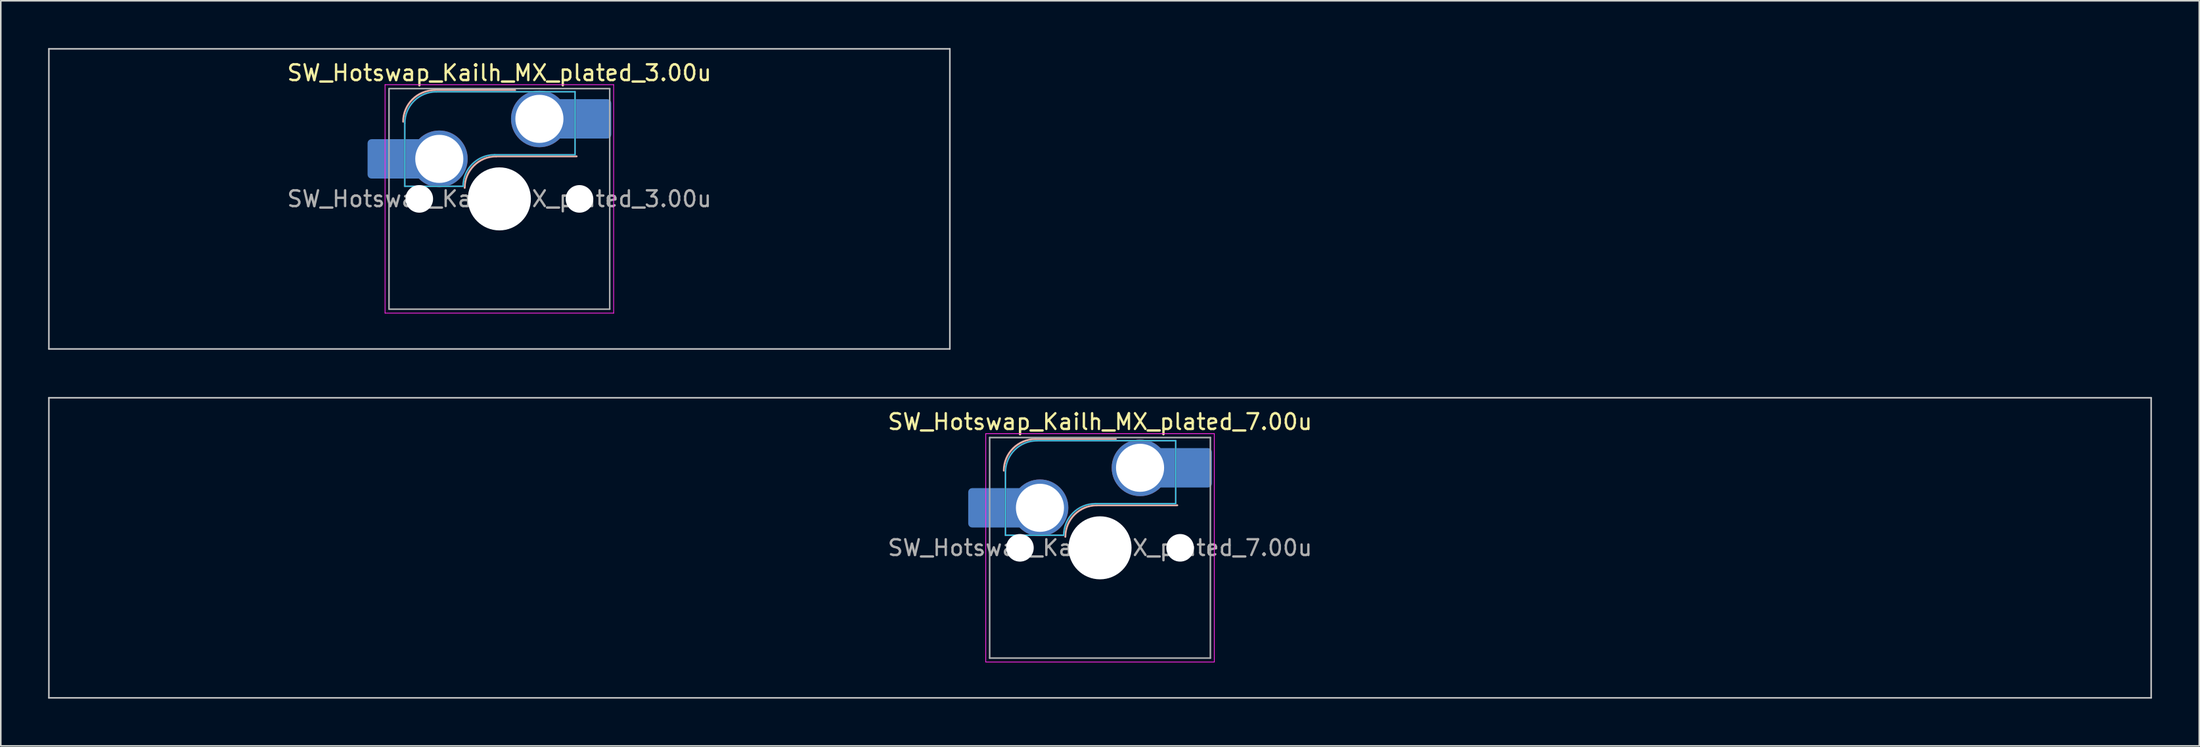
<source format=kicad_pcb>
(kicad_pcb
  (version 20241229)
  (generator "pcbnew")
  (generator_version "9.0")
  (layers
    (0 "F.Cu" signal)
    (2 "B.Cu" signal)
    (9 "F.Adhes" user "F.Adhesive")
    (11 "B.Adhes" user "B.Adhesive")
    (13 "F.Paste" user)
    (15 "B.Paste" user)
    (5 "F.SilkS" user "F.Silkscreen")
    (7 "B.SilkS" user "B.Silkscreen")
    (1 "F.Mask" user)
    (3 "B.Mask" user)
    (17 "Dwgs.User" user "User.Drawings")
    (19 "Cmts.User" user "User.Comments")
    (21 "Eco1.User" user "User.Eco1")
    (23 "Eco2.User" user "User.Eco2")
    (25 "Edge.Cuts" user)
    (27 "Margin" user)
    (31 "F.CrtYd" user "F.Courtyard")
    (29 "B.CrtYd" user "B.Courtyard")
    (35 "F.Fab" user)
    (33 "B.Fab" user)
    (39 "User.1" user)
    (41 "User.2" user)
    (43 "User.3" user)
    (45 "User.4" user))
  (footprint "SW_Hotswap_Kailh_MX_plated_3.00u"
    (layer "F.Cu")
    (at 28.625 9.575)
    (property "Reference" "SW_Hotswap_Kailh_MX_plated_3.00u" (at 0 -8 0) (layer "F.SilkS") (effects (font (size 1 1) (thickness 0.15))))
    (attr smd)
    (fp_line (start -4.1 -6.9) (end 1 -6.9) (stroke (width 0.12) (type solid)) (layer "B.SilkS"))
    (fp_line (start -0.2 -2.7) (end 4.9 -2.7) (stroke (width 0.12) (type solid)) (layer "B.SilkS"))
    (fp_arc (start -6.1 -4.9) (mid -5.514214 -6.314214) (end -4.1 -6.9) (stroke (width 0.12) (type solid)) (layer "B.SilkS"))
    (fp_arc (start -2.2 -0.7) (mid -1.614214 -2.114214) (end -0.2 -2.7) (stroke (width 0.12) (type solid)) (layer "B.SilkS"))
    (fp_line (start -28.575 -9.525) (end -28.575 9.525) (stroke (width 0.1) (type solid)) (layer "Dwgs.User"))
    (fp_line (start -28.575 9.525) (end 28.575 9.525) (stroke (width 0.1) (type solid)) (layer "Dwgs.User"))
    (fp_line (start 28.575 -9.525) (end -28.575 -9.525) (stroke (width 0.1) (type solid)) (layer "Dwgs.User"))
    (fp_line (start 28.575 9.525) (end 28.575 -9.525) (stroke (width 0.1) (type solid)) (layer "Dwgs.User"))
    (fp_line (start -7.8 -6) (end -7 -6) (stroke (width 0.1) (type solid)) (layer "Eco1.User"))
    (fp_line (start -7.8 -2.9) (end -7.8 -6) (stroke (width 0.1) (type solid)) (layer "Eco1.User"))
    (fp_line (start -7.8 2.9) (end -7 2.9) (stroke (width 0.1) (type solid)) (layer "Eco1.User"))
    (fp_line (start -7.8 6) (end -7.8 2.9) (stroke (width 0.1) (type solid)) (layer "Eco1.User"))
    (fp_line (start -7 -7) (end 7 -7) (stroke (width 0.1) (type solid)) (layer "Eco1.User"))
    (fp_line (start -7 -6) (end -7 -7) (stroke (width 0.1) (type solid)) (layer "Eco1.User"))
    (fp_line (start -7 -2.9) (end -7.8 -2.9) (stroke (width 0.1) (type solid)) (layer "Eco1.User"))
    (fp_line (start -7 2.9) (end -7 -2.9) (stroke (width 0.1) (type solid)) (layer "Eco1.User"))
    (fp_line (start -7 6) (end -7.8 6) (stroke (width 0.1) (type solid)) (layer "Eco1.User"))
    (fp_line (start -7 7) (end -7 6) (stroke (width 0.1) (type solid)) (layer "Eco1.User"))
    (fp_line (start 7 -7) (end 7 -6) (stroke (width 0.1) (type solid)) (layer "Eco1.User"))
    (fp_line (start 7 -6) (end 7.8 -6) (stroke (width 0.1) (type solid)) (layer "Eco1.User"))
    (fp_line (start 7 -2.9) (end 7 2.9) (stroke (width 0.1) (type solid)) (layer "Eco1.User"))
    (fp_line (start 7 2.9) (end 7.8 2.9) (stroke (width 0.1) (type solid)) (layer "Eco1.User"))
    (fp_line (start 7 6) (end 7 7) (stroke (width 0.1) (type solid)) (layer "Eco1.User"))
    (fp_line (start 7 7) (end -7 7) (stroke (width 0.1) (type solid)) (layer "Eco1.User"))
    (fp_line (start 7.8 -6) (end 7.8 -2.9) (stroke (width 0.1) (type solid)) (layer "Eco1.User"))
    (fp_line (start 7.8 -2.9) (end 7 -2.9) (stroke (width 0.1) (type solid)) (layer "Eco1.User"))
    (fp_line (start 7.8 2.9) (end 7.8 6) (stroke (width 0.1) (type solid)) (layer "Eco1.User"))
    (fp_line (start 7.8 6) (end 7 6) (stroke (width 0.1) (type solid)) (layer "Eco1.User"))
    (fp_line (start -6 -0.8) (end -6 -4.8) (stroke (width 0.05) (type solid)) (layer "B.CrtYd"))
    (fp_line (start -6 -0.8) (end -2.3 -0.8) (stroke (width 0.05) (type solid)) (layer "B.CrtYd"))
    (fp_line (start -4 -6.8) (end 4.8 -6.8) (stroke (width 0.05) (type solid)) (layer "B.CrtYd"))
    (fp_line (start -0.3 -2.8) (end 4.8 -2.8) (stroke (width 0.05) (type solid)) (layer "B.CrtYd"))
    (fp_line (start 4.8 -6.8) (end 4.8 -2.8) (stroke (width 0.05) (type solid)) (layer "B.CrtYd"))
    (fp_arc (start -6 -4.8) (mid -5.414214 -6.214214) (end -4 -6.8) (stroke (width 0.05) (type solid)) (layer "B.CrtYd"))
    (fp_arc (start -2.3 -0.8) (mid -1.714214 -2.214214) (end -0.3 -2.8) (stroke (width 0.05) (type solid)) (layer "B.CrtYd"))
    (fp_line (start -7.25 -7.25) (end -7.25 7.25) (stroke (width 0.05) (type solid)) (layer "F.CrtYd"))
    (fp_line (start -7.25 7.25) (end 7.25 7.25) (stroke (width 0.05) (type solid)) (layer "F.CrtYd"))
    (fp_line (start 7.25 -7.25) (end -7.25 -7.25) (stroke (width 0.05) (type solid)) (layer "F.CrtYd"))
    (fp_line (start 7.25 7.25) (end 7.25 -7.25) (stroke (width 0.05) (type solid)) (layer "F.CrtYd"))
    (fp_line (start -6 -0.8) (end -6 -4.8) (stroke (width 0.12) (type solid)) (layer "B.Fab"))
    (fp_line (start -6 -0.8) (end -2.3 -0.8) (stroke (width 0.12) (type solid)) (layer "B.Fab"))
    (fp_line (start -4 -6.8) (end 4.8 -6.8) (stroke (width 0.12) (type solid)) (layer "B.Fab"))
    (fp_line (start -0.3 -2.8) (end 4.8 -2.8) (stroke (width 0.12) (type solid)) (layer "B.Fab"))
    (fp_line (start 4.8 -6.8) (end 4.8 -2.8) (stroke (width 0.12) (type solid)) (layer "B.Fab"))
    (fp_arc (start -6 -4.8) (mid -5.414214 -6.214214) (end -4 -6.8) (stroke (width 0.12) (type solid)) (layer "B.Fab"))
    (fp_arc (start -2.3 -0.8) (mid -1.714214 -2.214214) (end -0.3 -2.8) (stroke (width 0.12) (type solid)) (layer "B.Fab"))
    (fp_line (start -7 -7) (end -7 7) (stroke (width 0.1) (type solid)) (layer "F.Fab"))
    (fp_line (start -7 7) (end 7 7) (stroke (width 0.1) (type solid)) (layer "F.Fab"))
    (fp_line (start 7 -7) (end -7 -7) (stroke (width 0.1) (type solid)) (layer "F.Fab"))
    (fp_line (start 7 7) (end 7 -7) (stroke (width 0.1) (type solid)) (layer "F.Fab"))
    (fp_text user "${REFERENCE}" (at 0 0 0) (layer "F.Fab") (effects (font (size 1 1) (thickness 0.15))))
    (pad "" smd roundrect (at -7.085 -2.54) (size 2.55 2.5) (layers "B.Mask" "B.Paste") (roundrect_rratio 0.1))
    (pad "" np_thru_hole circle (at -5.08 0) (size 1.75 1.75) (drill 1.75) (layers "*.Cu" "*.Mask"))
    (pad "" smd circle (at -3.81 -2.54) (size 3.1 3.1) (layers "F.Mask"))
    (pad "" np_thru_hole circle (at 0 0) (size 4 4) (drill 4) (layers "*.Cu" "*.Mask"))
    (pad "" smd circle (at 2.54 -5.08) (size 3.1 3.1) (layers "F.Mask"))
    (pad "" np_thru_hole circle (at 5.08 0) (size 1.75 1.75) (drill 1.75) (layers "*.Cu" "*.Mask"))
    (pad "" smd roundrect (at 5.842 -5.08) (size 2.55 2.5) (layers "B.Mask" "B.Paste") (roundrect_rratio 0.1))
    (pad "1" smd roundrect (at -6.585 -2.54) (size 3.55 2.5) (layers "B.Cu") (roundrect_rratio 0.1))
    (pad "1" thru_hole circle (at -3.81 -2.54) (size 3.6 3.6) (drill 3.05) (layers "*.Cu" "B.Mask"))
    (pad "2" thru_hole circle (at 2.54 -5.08) (size 3.6 3.6) (drill 3.05) (layers "*.Cu" "B.Mask"))
    (pad "2" smd roundrect (at 5.32 -5.08) (size 3.55 2.5) (layers "B.Cu") (roundrect_rratio 0.1)))
  (footprint "SW_Hotswap_Kailh_MX_plated_7.00u"
    (layer "F.Cu")
    (at 66.725 31.725)
    (property "Reference" "SW_Hotswap_Kailh_MX_plated_7.00u" (at 0 -8 0) (layer "F.SilkS") (effects (font (size 1 1) (thickness 0.15))))
    (attr smd)
    (fp_line (start -4.1 -6.9) (end 1 -6.9) (stroke (width 0.12) (type solid)) (layer "B.SilkS"))
    (fp_line (start -0.2 -2.7) (end 4.9 -2.7) (stroke (width 0.12) (type solid)) (layer "B.SilkS"))
    (fp_arc (start -6.1 -4.9) (mid -5.514214 -6.314214) (end -4.1 -6.9) (stroke (width 0.12) (type solid)) (layer "B.SilkS"))
    (fp_arc (start -2.2 -0.7) (mid -1.614214 -2.114214) (end -0.2 -2.7) (stroke (width 0.12) (type solid)) (layer "B.SilkS"))
    (fp_line (start -66.675 -9.525) (end -66.675 9.525) (stroke (width 0.1) (type solid)) (layer "Dwgs.User"))
    (fp_line (start -66.675 9.525) (end 66.675 9.525) (stroke (width 0.1) (type solid)) (layer "Dwgs.User"))
    (fp_line (start 66.675 -9.525) (end -66.675 -9.525) (stroke (width 0.1) (type solid)) (layer "Dwgs.User"))
    (fp_line (start 66.675 9.525) (end 66.675 -9.525) (stroke (width 0.1) (type solid)) (layer "Dwgs.User"))
    (fp_line (start -7.8 -6) (end -7 -6) (stroke (width 0.1) (type solid)) (layer "Eco1.User"))
    (fp_line (start -7.8 -2.9) (end -7.8 -6) (stroke (width 0.1) (type solid)) (layer "Eco1.User"))
    (fp_line (start -7.8 2.9) (end -7 2.9) (stroke (width 0.1) (type solid)) (layer "Eco1.User"))
    (fp_line (start -7.8 6) (end -7.8 2.9) (stroke (width 0.1) (type solid)) (layer "Eco1.User"))
    (fp_line (start -7 -7) (end 7 -7) (stroke (width 0.1) (type solid)) (layer "Eco1.User"))
    (fp_line (start -7 -6) (end -7 -7) (stroke (width 0.1) (type solid)) (layer "Eco1.User"))
    (fp_line (start -7 -2.9) (end -7.8 -2.9) (stroke (width 0.1) (type solid)) (layer "Eco1.User"))
    (fp_line (start -7 2.9) (end -7 -2.9) (stroke (width 0.1) (type solid)) (layer "Eco1.User"))
    (fp_line (start -7 6) (end -7.8 6) (stroke (width 0.1) (type solid)) (layer "Eco1.User"))
    (fp_line (start -7 7) (end -7 6) (stroke (width 0.1) (type solid)) (layer "Eco1.User"))
    (fp_line (start 7 -7) (end 7 -6) (stroke (width 0.1) (type solid)) (layer "Eco1.User"))
    (fp_line (start 7 -6) (end 7.8 -6) (stroke (width 0.1) (type solid)) (layer "Eco1.User"))
    (fp_line (start 7 -2.9) (end 7 2.9) (stroke (width 0.1) (type solid)) (layer "Eco1.User"))
    (fp_line (start 7 2.9) (end 7.8 2.9) (stroke (width 0.1) (type solid)) (layer "Eco1.User"))
    (fp_line (start 7 6) (end 7 7) (stroke (width 0.1) (type solid)) (layer "Eco1.User"))
    (fp_line (start 7 7) (end -7 7) (stroke (width 0.1) (type solid)) (layer "Eco1.User"))
    (fp_line (start 7.8 -6) (end 7.8 -2.9) (stroke (width 0.1) (type solid)) (layer "Eco1.User"))
    (fp_line (start 7.8 -2.9) (end 7 -2.9) (stroke (width 0.1) (type solid)) (layer "Eco1.User"))
    (fp_line (start 7.8 2.9) (end 7.8 6) (stroke (width 0.1) (type solid)) (layer "Eco1.User"))
    (fp_line (start 7.8 6) (end 7 6) (stroke (width 0.1) (type solid)) (layer "Eco1.User"))
    (fp_line (start -6 -0.8) (end -6 -4.8) (stroke (width 0.05) (type solid)) (layer "B.CrtYd"))
    (fp_line (start -6 -0.8) (end -2.3 -0.8) (stroke (width 0.05) (type solid)) (layer "B.CrtYd"))
    (fp_line (start -4 -6.8) (end 4.8 -6.8) (stroke (width 0.05) (type solid)) (layer "B.CrtYd"))
    (fp_line (start -0.3 -2.8) (end 4.8 -2.8) (stroke (width 0.05) (type solid)) (layer "B.CrtYd"))
    (fp_line (start 4.8 -6.8) (end 4.8 -2.8) (stroke (width 0.05) (type solid)) (layer "B.CrtYd"))
    (fp_arc (start -6 -4.8) (mid -5.414214 -6.214214) (end -4 -6.8) (stroke (width 0.05) (type solid)) (layer "B.CrtYd"))
    (fp_arc (start -2.3 -0.8) (mid -1.714214 -2.214214) (end -0.3 -2.8) (stroke (width 0.05) (type solid)) (layer "B.CrtYd"))
    (fp_line (start -7.25 -7.25) (end -7.25 7.25) (stroke (width 0.05) (type solid)) (layer "F.CrtYd"))
    (fp_line (start -7.25 7.25) (end 7.25 7.25) (stroke (width 0.05) (type solid)) (layer "F.CrtYd"))
    (fp_line (start 7.25 -7.25) (end -7.25 -7.25) (stroke (width 0.05) (type solid)) (layer "F.CrtYd"))
    (fp_line (start 7.25 7.25) (end 7.25 -7.25) (stroke (width 0.05) (type solid)) (layer "F.CrtYd"))
    (fp_line (start -6 -0.8) (end -6 -4.8) (stroke (width 0.12) (type solid)) (layer "B.Fab"))
    (fp_line (start -6 -0.8) (end -2.3 -0.8) (stroke (width 0.12) (type solid)) (layer "B.Fab"))
    (fp_line (start -4 -6.8) (end 4.8 -6.8) (stroke (width 0.12) (type solid)) (layer "B.Fab"))
    (fp_line (start -0.3 -2.8) (end 4.8 -2.8) (stroke (width 0.12) (type solid)) (layer "B.Fab"))
    (fp_line (start 4.8 -6.8) (end 4.8 -2.8) (stroke (width 0.12) (type solid)) (layer "B.Fab"))
    (fp_arc (start -6 -4.8) (mid -5.414214 -6.214214) (end -4 -6.8) (stroke (width 0.12) (type solid)) (layer "B.Fab"))
    (fp_arc (start -2.3 -0.8) (mid -1.714214 -2.214214) (end -0.3 -2.8) (stroke (width 0.12) (type solid)) (layer "B.Fab"))
    (fp_line (start -7 -7) (end -7 7) (stroke (width 0.1) (type solid)) (layer "F.Fab"))
    (fp_line (start -7 7) (end 7 7) (stroke (width 0.1) (type solid)) (layer "F.Fab"))
    (fp_line (start 7 -7) (end -7 -7) (stroke (width 0.1) (type solid)) (layer "F.Fab"))
    (fp_line (start 7 7) (end 7 -7) (stroke (width 0.1) (type solid)) (layer "F.Fab"))
    (fp_text user "${REFERENCE}" (at 0 0 0) (layer "F.Fab") (effects (font (size 1 1) (thickness 0.15))))
    (pad "" smd roundrect (at -7.085 -2.54) (size 2.55 2.5) (layers "B.Mask" "B.Paste") (roundrect_rratio 0.1))
    (pad "" np_thru_hole circle (at -5.08 0) (size 1.75 1.75) (drill 1.75) (layers "*.Cu" "*.Mask"))
    (pad "" smd circle (at -3.81 -2.54) (size 3.1 3.1) (layers "F.Mask"))
    (pad "" np_thru_hole circle (at 0 0) (size 4 4) (drill 4) (layers "*.Cu" "*.Mask"))
    (pad "" smd circle (at 2.54 -5.08) (size 3.1 3.1) (layers "F.Mask"))
    (pad "" np_thru_hole circle (at 5.08 0) (size 1.75 1.75) (drill 1.75) (layers "*.Cu" "*.Mask"))
    (pad "" smd roundrect (at 5.842 -5.08) (size 2.55 2.5) (layers "B.Mask" "B.Paste") (roundrect_rratio 0.1))
    (pad "1" smd roundrect (at -6.585 -2.54) (size 3.55 2.5) (layers "B.Cu") (roundrect_rratio 0.1))
    (pad "1" thru_hole circle (at -3.81 -2.54) (size 3.6 3.6) (drill 3.05) (layers "*.Cu" "B.Mask"))
    (pad "2" thru_hole circle (at 2.54 -5.08) (size 3.6 3.6) (drill 3.05) (layers "*.Cu" "B.Mask"))
    (pad "2" smd roundrect (at 5.32 -5.08) (size 3.55 2.5) (layers "B.Cu") (roundrect_rratio 0.1)))
  (gr_rect
    (start -3 -3)
    (end 136.45 44.3)
    (stroke (width 0.1) (type default))
    (fill no)
    (layer "Edge.Cuts")))
</source>
